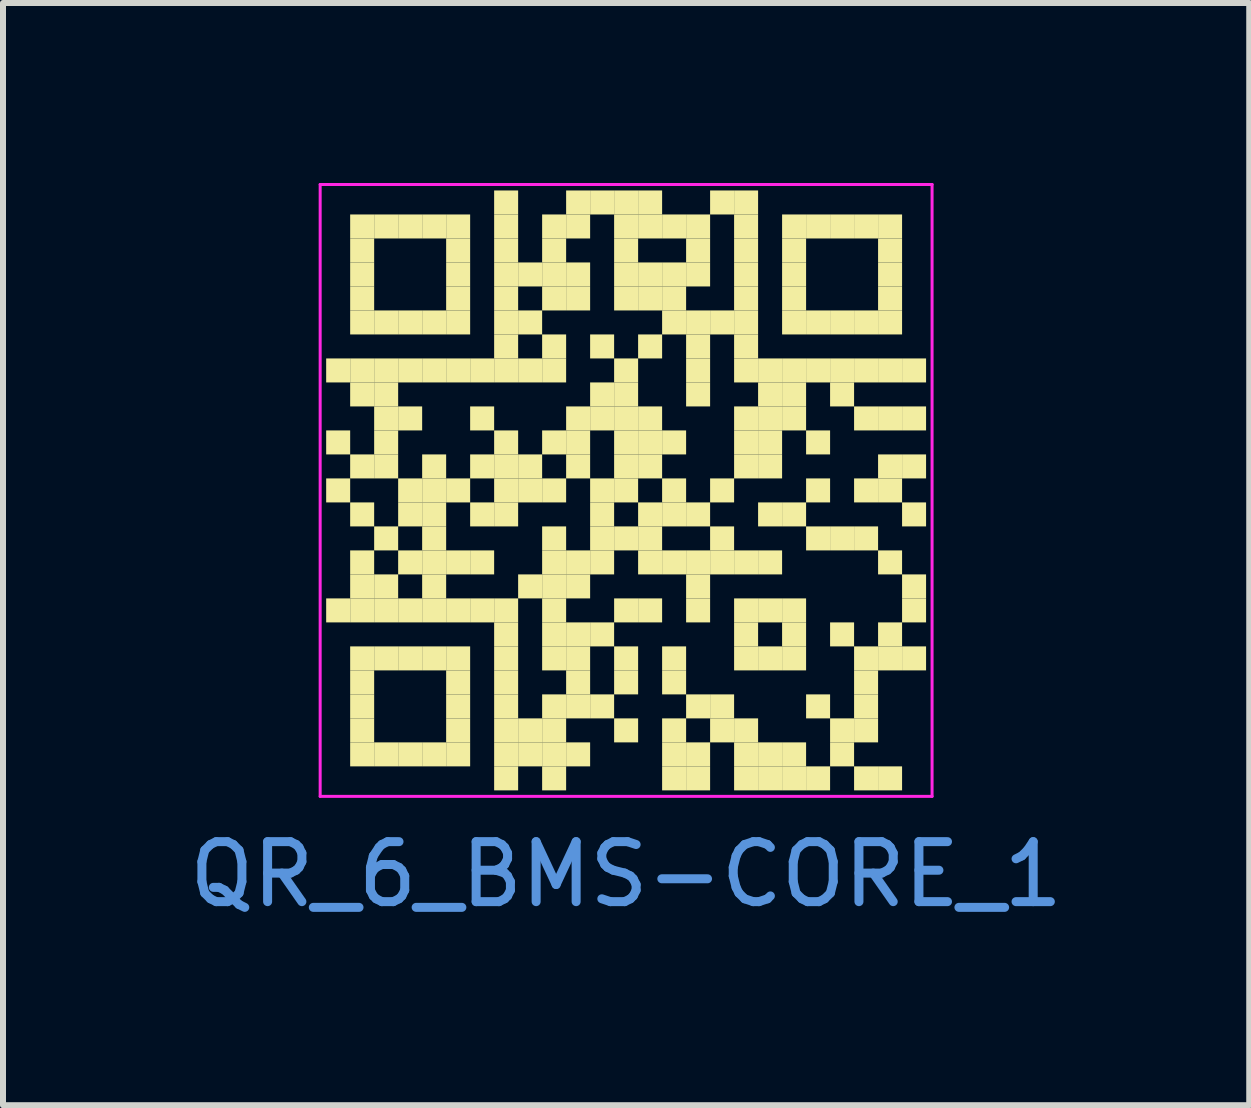
<source format=kicad_pcb>
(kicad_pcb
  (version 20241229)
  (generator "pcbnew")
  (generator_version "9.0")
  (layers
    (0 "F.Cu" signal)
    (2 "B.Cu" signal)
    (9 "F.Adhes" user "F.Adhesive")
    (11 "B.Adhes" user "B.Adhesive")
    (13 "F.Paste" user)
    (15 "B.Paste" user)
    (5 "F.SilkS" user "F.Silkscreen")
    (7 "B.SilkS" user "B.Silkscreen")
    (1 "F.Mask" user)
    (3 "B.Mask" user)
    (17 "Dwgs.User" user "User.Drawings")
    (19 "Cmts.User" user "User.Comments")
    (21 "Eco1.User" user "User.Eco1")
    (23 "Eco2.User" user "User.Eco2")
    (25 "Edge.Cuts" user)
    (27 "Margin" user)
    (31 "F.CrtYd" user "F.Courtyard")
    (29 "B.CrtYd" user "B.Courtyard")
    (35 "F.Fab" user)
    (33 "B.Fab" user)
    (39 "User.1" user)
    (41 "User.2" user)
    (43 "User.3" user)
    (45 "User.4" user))
  (footprint "QR_6_BMS-CORE_1"
    (layer "F.Cu")
    (at 7.387 5.125)
    (property "Reference" "QR_6_BMS-CORE_1" (at 0 6.4 0) (layer "Cmts.User") (effects (font (size 1 1) (thickness 0.15))))
    (fp_rect (start -5 -2.2) (end -4.6 -1.8) (stroke (width 0) (type solid)) (fill yes) (layer "F.SilkS"))
    (fp_rect (start -5 -1) (end -4.6 -0.6) (stroke (width 0) (type solid)) (fill yes) (layer "F.SilkS"))
    (fp_rect (start -5 -0.2) (end -4.6 0.2) (stroke (width 0) (type solid)) (fill yes) (layer "F.SilkS"))
    (fp_rect (start -5 1.8) (end -4.6 2.2) (stroke (width 0) (type solid)) (fill yes) (layer "F.SilkS"))
    (fp_rect (start -4.6 -4.6) (end -4.2 -4.2) (stroke (width 0) (type solid)) (fill yes) (layer "F.SilkS"))
    (fp_rect (start -4.6 -4.2) (end -4.2 -3.8) (stroke (width 0) (type solid)) (fill yes) (layer "F.SilkS"))
    (fp_rect (start -4.6 -3.8) (end -4.2 -3.4) (stroke (width 0) (type solid)) (fill yes) (layer "F.SilkS"))
    (fp_rect (start -4.6 -3.4) (end -4.2 -3) (stroke (width 0) (type solid)) (fill yes) (layer "F.SilkS"))
    (fp_rect (start -4.6 -3) (end -4.2 -2.6) (stroke (width 0) (type solid)) (fill yes) (layer "F.SilkS"))
    (fp_rect (start -4.6 -2.2) (end -4.2 -1.8) (stroke (width 0) (type solid)) (fill yes) (layer "F.SilkS"))
    (fp_rect (start -4.6 -1.8) (end -4.2 -1.4) (stroke (width 0) (type solid)) (fill yes) (layer "F.SilkS"))
    (fp_rect (start -4.6 -0.6) (end -4.2 -0.2) (stroke (width 0) (type solid)) (fill yes) (layer "F.SilkS"))
    (fp_rect (start -4.6 0.2) (end -4.2 0.6) (stroke (width 0) (type solid)) (fill yes) (layer "F.SilkS"))
    (fp_rect (start -4.6 1) (end -4.2 1.4) (stroke (width 0) (type solid)) (fill yes) (layer "F.SilkS"))
    (fp_rect (start -4.6 1.4) (end -4.2 1.8) (stroke (width 0) (type solid)) (fill yes) (layer "F.SilkS"))
    (fp_rect (start -4.6 1.8) (end -4.2 2.2) (stroke (width 0) (type solid)) (fill yes) (layer "F.SilkS"))
    (fp_rect (start -4.6 2.6) (end -4.2 3) (stroke (width 0) (type solid)) (fill yes) (layer "F.SilkS"))
    (fp_rect (start -4.6 3) (end -4.2 3.4) (stroke (width 0) (type solid)) (fill yes) (layer "F.SilkS"))
    (fp_rect (start -4.6 3.4) (end -4.2 3.8) (stroke (width 0) (type solid)) (fill yes) (layer "F.SilkS"))
    (fp_rect (start -4.6 3.8) (end -4.2 4.2) (stroke (width 0) (type solid)) (fill yes) (layer "F.SilkS"))
    (fp_rect (start -4.6 4.2) (end -4.2 4.6) (stroke (width 0) (type solid)) (fill yes) (layer "F.SilkS"))
    (fp_rect (start -4.2 -4.6) (end -3.8 -4.2) (stroke (width 0) (type solid)) (fill yes) (layer "F.SilkS"))
    (fp_rect (start -4.2 -3) (end -3.8 -2.6) (stroke (width 0) (type solid)) (fill yes) (layer "F.SilkS"))
    (fp_rect (start -4.2 -2.2) (end -3.8 -1.8) (stroke (width 0) (type solid)) (fill yes) (layer "F.SilkS"))
    (fp_rect (start -4.2 -1.8) (end -3.8 -1.4) (stroke (width 0) (type solid)) (fill yes) (layer "F.SilkS"))
    (fp_rect (start -4.2 -1.4) (end -3.8 -1) (stroke (width 0) (type solid)) (fill yes) (layer "F.SilkS"))
    (fp_rect (start -4.2 -1) (end -3.8 -0.6) (stroke (width 0) (type solid)) (fill yes) (layer "F.SilkS"))
    (fp_rect (start -4.2 -0.6) (end -3.8 -0.2) (stroke (width 0) (type solid)) (fill yes) (layer "F.SilkS"))
    (fp_rect (start -4.2 0.6) (end -3.8 1) (stroke (width 0) (type solid)) (fill yes) (layer "F.SilkS"))
    (fp_rect (start -4.2 1.4) (end -3.8 1.8) (stroke (width 0) (type solid)) (fill yes) (layer "F.SilkS"))
    (fp_rect (start -4.2 1.8) (end -3.8 2.2) (stroke (width 0) (type solid)) (fill yes) (layer "F.SilkS"))
    (fp_rect (start -4.2 2.6) (end -3.8 3) (stroke (width 0) (type solid)) (fill yes) (layer "F.SilkS"))
    (fp_rect (start -4.2 4.2) (end -3.8 4.6) (stroke (width 0) (type solid)) (fill yes) (layer "F.SilkS"))
    (fp_rect (start -3.8 -4.6) (end -3.4 -4.2) (stroke (width 0) (type solid)) (fill yes) (layer "F.SilkS"))
    (fp_rect (start -3.8 -3) (end -3.4 -2.6) (stroke (width 0) (type solid)) (fill yes) (layer "F.SilkS"))
    (fp_rect (start -3.8 -2.2) (end -3.4 -1.8) (stroke (width 0) (type solid)) (fill yes) (layer "F.SilkS"))
    (fp_rect (start -3.8 -1.4) (end -3.4 -1) (stroke (width 0) (type solid)) (fill yes) (layer "F.SilkS"))
    (fp_rect (start -3.8 -0.2) (end -3.4 0.2) (stroke (width 0) (type solid)) (fill yes) (layer "F.SilkS"))
    (fp_rect (start -3.8 0.2) (end -3.4 0.6) (stroke (width 0) (type solid)) (fill yes) (layer "F.SilkS"))
    (fp_rect (start -3.8 1) (end -3.4 1.4) (stroke (width 0) (type solid)) (fill yes) (layer "F.SilkS"))
    (fp_rect (start -3.8 1.8) (end -3.4 2.2) (stroke (width 0) (type solid)) (fill yes) (layer "F.SilkS"))
    (fp_rect (start -3.8 2.6) (end -3.4 3) (stroke (width 0) (type solid)) (fill yes) (layer "F.SilkS"))
    (fp_rect (start -3.8 4.2) (end -3.4 4.6) (stroke (width 0) (type solid)) (fill yes) (layer "F.SilkS"))
    (fp_rect (start -3.4 -4.6) (end -3 -4.2) (stroke (width 0) (type solid)) (fill yes) (layer "F.SilkS"))
    (fp_rect (start -3.4 -3) (end -3 -2.6) (stroke (width 0) (type solid)) (fill yes) (layer "F.SilkS"))
    (fp_rect (start -3.4 -2.2) (end -3 -1.8) (stroke (width 0) (type solid)) (fill yes) (layer "F.SilkS"))
    (fp_rect (start -3.4 -0.6) (end -3 -0.2) (stroke (width 0) (type solid)) (fill yes) (layer "F.SilkS"))
    (fp_rect (start -3.4 -0.2) (end -3 0.2) (stroke (width 0) (type solid)) (fill yes) (layer "F.SilkS"))
    (fp_rect (start -3.4 0.2) (end -3 0.6) (stroke (width 0) (type solid)) (fill yes) (layer "F.SilkS"))
    (fp_rect (start -3.4 0.6) (end -3 1) (stroke (width 0) (type solid)) (fill yes) (layer "F.SilkS"))
    (fp_rect (start -3.4 1) (end -3 1.4) (stroke (width 0) (type solid)) (fill yes) (layer "F.SilkS"))
    (fp_rect (start -3.4 1.4) (end -3 1.8) (stroke (width 0) (type solid)) (fill yes) (layer "F.SilkS"))
    (fp_rect (start -3.4 1.8) (end -3 2.2) (stroke (width 0) (type solid)) (fill yes) (layer "F.SilkS"))
    (fp_rect (start -3.4 2.6) (end -3 3) (stroke (width 0) (type solid)) (fill yes) (layer "F.SilkS"))
    (fp_rect (start -3.4 4.2) (end -3 4.6) (stroke (width 0) (type solid)) (fill yes) (layer "F.SilkS"))
    (fp_rect (start -3 -4.6) (end -2.6 -4.2) (stroke (width 0) (type solid)) (fill yes) (layer "F.SilkS"))
    (fp_rect (start -3 -4.2) (end -2.6 -3.8) (stroke (width 0) (type solid)) (fill yes) (layer "F.SilkS"))
    (fp_rect (start -3 -3.8) (end -2.6 -3.4) (stroke (width 0) (type solid)) (fill yes) (layer "F.SilkS"))
    (fp_rect (start -3 -3.4) (end -2.6 -3) (stroke (width 0) (type solid)) (fill yes) (layer "F.SilkS"))
    (fp_rect (start -3 -3) (end -2.6 -2.6) (stroke (width 0) (type solid)) (fill yes) (layer "F.SilkS"))
    (fp_rect (start -3 -2.2) (end -2.6 -1.8) (stroke (width 0) (type solid)) (fill yes) (layer "F.SilkS"))
    (fp_rect (start -3 -0.2) (end -2.6 0.2) (stroke (width 0) (type solid)) (fill yes) (layer "F.SilkS"))
    (fp_rect (start -3 1) (end -2.6 1.4) (stroke (width 0) (type solid)) (fill yes) (layer "F.SilkS"))
    (fp_rect (start -3 1.8) (end -2.6 2.2) (stroke (width 0) (type solid)) (fill yes) (layer "F.SilkS"))
    (fp_rect (start -3 2.6) (end -2.6 3) (stroke (width 0) (type solid)) (fill yes) (layer "F.SilkS"))
    (fp_rect (start -3 3) (end -2.6 3.4) (stroke (width 0) (type solid)) (fill yes) (layer "F.SilkS"))
    (fp_rect (start -3 3.4) (end -2.6 3.8) (stroke (width 0) (type solid)) (fill yes) (layer "F.SilkS"))
    (fp_rect (start -3 3.8) (end -2.6 4.2) (stroke (width 0) (type solid)) (fill yes) (layer "F.SilkS"))
    (fp_rect (start -3 4.2) (end -2.6 4.6) (stroke (width 0) (type solid)) (fill yes) (layer "F.SilkS"))
    (fp_rect (start -2.6 -2.2) (end -2.2 -1.8) (stroke (width 0) (type solid)) (fill yes) (layer "F.SilkS"))
    (fp_rect (start -2.6 -1.4) (end -2.2 -1) (stroke (width 0) (type solid)) (fill yes) (layer "F.SilkS"))
    (fp_rect (start -2.6 -0.6) (end -2.2 -0.2) (stroke (width 0) (type solid)) (fill yes) (layer "F.SilkS"))
    (fp_rect (start -2.6 0.2) (end -2.2 0.6) (stroke (width 0) (type solid)) (fill yes) (layer "F.SilkS"))
    (fp_rect (start -2.6 1) (end -2.2 1.4) (stroke (width 0) (type solid)) (fill yes) (layer "F.SilkS"))
    (fp_rect (start -2.6 1.8) (end -2.2 2.2) (stroke (width 0) (type solid)) (fill yes) (layer "F.SilkS"))
    (fp_rect (start -2.2 -5) (end -1.8 -4.6) (stroke (width 0) (type solid)) (fill yes) (layer "F.SilkS"))
    (fp_rect (start -2.2 -4.6) (end -1.8 -4.2) (stroke (width 0) (type solid)) (fill yes) (layer "F.SilkS"))
    (fp_rect (start -2.2 -4.2) (end -1.8 -3.8) (stroke (width 0) (type solid)) (fill yes) (layer "F.SilkS"))
    (fp_rect (start -2.2 -3.8) (end -1.8 -3.4) (stroke (width 0) (type solid)) (fill yes) (layer "F.SilkS"))
    (fp_rect (start -2.2 -3.4) (end -1.8 -3) (stroke (width 0) (type solid)) (fill yes) (layer "F.SilkS"))
    (fp_rect (start -2.2 -3) (end -1.8 -2.6) (stroke (width 0) (type solid)) (fill yes) (layer "F.SilkS"))
    (fp_rect (start -2.2 -2.6) (end -1.8 -2.2) (stroke (width 0) (type solid)) (fill yes) (layer "F.SilkS"))
    (fp_rect (start -2.2 -2.2) (end -1.8 -1.8) (stroke (width 0) (type solid)) (fill yes) (layer "F.SilkS"))
    (fp_rect (start -2.2 -1) (end -1.8 -0.6) (stroke (width 0) (type solid)) (fill yes) (layer "F.SilkS"))
    (fp_rect (start -2.2 -0.6) (end -1.8 -0.2) (stroke (width 0) (type solid)) (fill yes) (layer "F.SilkS"))
    (fp_rect (start -2.2 -0.2) (end -1.8 0.2) (stroke (width 0) (type solid)) (fill yes) (layer "F.SilkS"))
    (fp_rect (start -2.2 0.2) (end -1.8 0.6) (stroke (width 0) (type solid)) (fill yes) (layer "F.SilkS"))
    (fp_rect (start -2.2 1.8) (end -1.8 2.2) (stroke (width 0) (type solid)) (fill yes) (layer "F.SilkS"))
    (fp_rect (start -2.2 2.2) (end -1.8 2.6) (stroke (width 0) (type solid)) (fill yes) (layer "F.SilkS"))
    (fp_rect (start -2.2 2.6) (end -1.8 3) (stroke (width 0) (type solid)) (fill yes) (layer "F.SilkS"))
    (fp_rect (start -2.2 3) (end -1.8 3.4) (stroke (width 0) (type solid)) (fill yes) (layer "F.SilkS"))
    (fp_rect (start -2.2 3.4) (end -1.8 3.8) (stroke (width 0) (type solid)) (fill yes) (layer "F.SilkS"))
    (fp_rect (start -2.2 3.8) (end -1.8 4.2) (stroke (width 0) (type solid)) (fill yes) (layer "F.SilkS"))
    (fp_rect (start -2.2 4.2) (end -1.8 4.6) (stroke (width 0) (type solid)) (fill yes) (layer "F.SilkS"))
    (fp_rect (start -2.2 4.6) (end -1.8 5) (stroke (width 0) (type solid)) (fill yes) (layer "F.SilkS"))
    (fp_rect (start -1.8 -3.8) (end -1.4 -3.4) (stroke (width 0) (type solid)) (fill yes) (layer "F.SilkS"))
    (fp_rect (start -1.8 -3) (end -1.4 -2.6) (stroke (width 0) (type solid)) (fill yes) (layer "F.SilkS"))
    (fp_rect (start -1.8 -2.2) (end -1.4 -1.8) (stroke (width 0) (type solid)) (fill yes) (layer "F.SilkS"))
    (fp_rect (start -1.8 -0.6) (end -1.4 -0.2) (stroke (width 0) (type solid)) (fill yes) (layer "F.SilkS"))
    (fp_rect (start -1.8 -0.2) (end -1.4 0.2) (stroke (width 0) (type solid)) (fill yes) (layer "F.SilkS"))
    (fp_rect (start -1.8 1.4) (end -1.4 1.8) (stroke (width 0) (type solid)) (fill yes) (layer "F.SilkS"))
    (fp_rect (start -1.8 3.8) (end -1.4 4.2) (stroke (width 0) (type solid)) (fill yes) (layer "F.SilkS"))
    (fp_rect (start -1.8 4.2) (end -1.4 4.6) (stroke (width 0) (type solid)) (fill yes) (layer "F.SilkS"))
    (fp_rect (start -1.4 -4.6) (end -1 -4.2) (stroke (width 0) (type solid)) (fill yes) (layer "F.SilkS"))
    (fp_rect (start -1.4 -4.2) (end -1 -3.8) (stroke (width 0) (type solid)) (fill yes) (layer "F.SilkS"))
    (fp_rect (start -1.4 -3.8) (end -1 -3.4) (stroke (width 0) (type solid)) (fill yes) (layer "F.SilkS"))
    (fp_rect (start -1.4 -3.4) (end -1 -3) (stroke (width 0) (type solid)) (fill yes) (layer "F.SilkS"))
    (fp_rect (start -1.4 -2.6) (end -1 -2.2) (stroke (width 0) (type solid)) (fill yes) (layer "F.SilkS"))
    (fp_rect (start -1.4 -2.2) (end -1 -1.8) (stroke (width 0) (type solid)) (fill yes) (layer "F.SilkS"))
    (fp_rect (start -1.4 -1) (end -1 -0.6) (stroke (width 0) (type solid)) (fill yes) (layer "F.SilkS"))
    (fp_rect (start -1.4 -0.2) (end -1 0.2) (stroke (width 0) (type solid)) (fill yes) (layer "F.SilkS"))
    (fp_rect (start -1.4 0.6) (end -1 1) (stroke (width 0) (type solid)) (fill yes) (layer "F.SilkS"))
    (fp_rect (start -1.4 1) (end -1 1.4) (stroke (width 0) (type solid)) (fill yes) (layer "F.SilkS"))
    (fp_rect (start -1.4 1.4) (end -1 1.8) (stroke (width 0) (type solid)) (fill yes) (layer "F.SilkS"))
    (fp_rect (start -1.4 1.8) (end -1 2.2) (stroke (width 0) (type solid)) (fill yes) (layer "F.SilkS"))
    (fp_rect (start -1.4 2.2) (end -1 2.6) (stroke (width 0) (type solid)) (fill yes) (layer "F.SilkS"))
    (fp_rect (start -1.4 2.6) (end -1 3) (stroke (width 0) (type solid)) (fill yes) (layer "F.SilkS"))
    (fp_rect (start -1.4 3.4) (end -1 3.8) (stroke (width 0) (type solid)) (fill yes) (layer "F.SilkS"))
    (fp_rect (start -1.4 3.8) (end -1 4.2) (stroke (width 0) (type solid)) (fill yes) (layer "F.SilkS"))
    (fp_rect (start -1.4 4.2) (end -1 4.6) (stroke (width 0) (type solid)) (fill yes) (layer "F.SilkS"))
    (fp_rect (start -1.4 4.6) (end -1 5) (stroke (width 0) (type solid)) (fill yes) (layer "F.SilkS"))
    (fp_rect (start -1 -5) (end -0.6 -4.6) (stroke (width 0) (type solid)) (fill yes) (layer "F.SilkS"))
    (fp_rect (start -1 -4.6) (end -0.6 -4.2) (stroke (width 0) (type solid)) (fill yes) (layer "F.SilkS"))
    (fp_rect (start -1 -3.8) (end -0.6 -3.4) (stroke (width 0) (type solid)) (fill yes) (layer "F.SilkS"))
    (fp_rect (start -1 -3.4) (end -0.6 -3) (stroke (width 0) (type solid)) (fill yes) (layer "F.SilkS"))
    (fp_rect (start -1 -1.4) (end -0.6 -1) (stroke (width 0) (type solid)) (fill yes) (layer "F.SilkS"))
    (fp_rect (start -1 -1) (end -0.6 -0.6) (stroke (width 0) (type solid)) (fill yes) (layer "F.SilkS"))
    (fp_rect (start -1 -0.6) (end -0.6 -0.2) (stroke (width 0) (type solid)) (fill yes) (layer "F.SilkS"))
    (fp_rect (start -1 1) (end -0.6 1.4) (stroke (width 0) (type solid)) (fill yes) (layer "F.SilkS"))
    (fp_rect (start -1 1.4) (end -0.6 1.8) (stroke (width 0) (type solid)) (fill yes) (layer "F.SilkS"))
    (fp_rect (start -1 2.2) (end -0.6 2.6) (stroke (width 0) (type solid)) (fill yes) (layer "F.SilkS"))
    (fp_rect (start -1 2.6) (end -0.6 3) (stroke (width 0) (type solid)) (fill yes) (layer "F.SilkS"))
    (fp_rect (start -1 3) (end -0.6 3.4) (stroke (width 0) (type solid)) (fill yes) (layer "F.SilkS"))
    (fp_rect (start -1 3.4) (end -0.6 3.8) (stroke (width 0) (type solid)) (fill yes) (layer "F.SilkS"))
    (fp_rect (start -1 4.2) (end -0.6 4.6) (stroke (width 0) (type solid)) (fill yes) (layer "F.SilkS"))
    (fp_rect (start -0.6 -5) (end -0.2 -4.6) (stroke (width 0) (type solid)) (fill yes) (layer "F.SilkS"))
    (fp_rect (start -0.6 -2.6) (end -0.2 -2.2) (stroke (width 0) (type solid)) (fill yes) (layer "F.SilkS"))
    (fp_rect (start -0.6 -1.8) (end -0.2 -1.4) (stroke (width 0) (type solid)) (fill yes) (layer "F.SilkS"))
    (fp_rect (start -0.6 -1.4) (end -0.2 -1) (stroke (width 0) (type solid)) (fill yes) (layer "F.SilkS"))
    (fp_rect (start -0.6 -0.2) (end -0.2 0.2) (stroke (width 0) (type solid)) (fill yes) (layer "F.SilkS"))
    (fp_rect (start -0.6 0.2) (end -0.2 0.6) (stroke (width 0) (type solid)) (fill yes) (layer "F.SilkS"))
    (fp_rect (start -0.6 0.6) (end -0.2 1) (stroke (width 0) (type solid)) (fill yes) (layer "F.SilkS"))
    (fp_rect (start -0.6 1) (end -0.2 1.4) (stroke (width 0) (type solid)) (fill yes) (layer "F.SilkS"))
    (fp_rect (start -0.6 2.2) (end -0.2 2.6) (stroke (width 0) (type solid)) (fill yes) (layer "F.SilkS"))
    (fp_rect (start -0.6 3.4) (end -0.2 3.8) (stroke (width 0) (type solid)) (fill yes) (layer "F.SilkS"))
    (fp_rect (start -0.2 -5) (end 0.2 -4.6) (stroke (width 0) (type solid)) (fill yes) (layer "F.SilkS"))
    (fp_rect (start -0.2 -4.6) (end 0.2 -4.2) (stroke (width 0) (type solid)) (fill yes) (layer "F.SilkS"))
    (fp_rect (start -0.2 -4.2) (end 0.2 -3.8) (stroke (width 0) (type solid)) (fill yes) (layer "F.SilkS"))
    (fp_rect (start -0.2 -3.8) (end 0.2 -3.4) (stroke (width 0) (type solid)) (fill yes) (layer "F.SilkS"))
    (fp_rect (start -0.2 -3.4) (end 0.2 -3) (stroke (width 0) (type solid)) (fill yes) (layer "F.SilkS"))
    (fp_rect (start -0.2 -2.2) (end 0.2 -1.8) (stroke (width 0) (type solid)) (fill yes) (layer "F.SilkS"))
    (fp_rect (start -0.2 -1.8) (end 0.2 -1.4) (stroke (width 0) (type solid)) (fill yes) (layer "F.SilkS"))
    (fp_rect (start -0.2 -1.4) (end 0.2 -1) (stroke (width 0) (type solid)) (fill yes) (layer "F.SilkS"))
    (fp_rect (start -0.2 -1) (end 0.2 -0.6) (stroke (width 0) (type solid)) (fill yes) (layer "F.SilkS"))
    (fp_rect (start -0.2 -0.6) (end 0.2 -0.2) (stroke (width 0) (type solid)) (fill yes) (layer "F.SilkS"))
    (fp_rect (start -0.2 -0.2) (end 0.2 0.2) (stroke (width 0) (type solid)) (fill yes) (layer "F.SilkS"))
    (fp_rect (start -0.2 0.6) (end 0.2 1) (stroke (width 0) (type solid)) (fill yes) (layer "F.SilkS"))
    (fp_rect (start -0.2 1.8) (end 0.2 2.2) (stroke (width 0) (type solid)) (fill yes) (layer "F.SilkS"))
    (fp_rect (start -0.2 2.6) (end 0.2 3) (stroke (width 0) (type solid)) (fill yes) (layer "F.SilkS"))
    (fp_rect (start -0.2 3) (end 0.2 3.4) (stroke (width 0) (type solid)) (fill yes) (layer "F.SilkS"))
    (fp_rect (start -0.2 3.8) (end 0.2 4.2) (stroke (width 0) (type solid)) (fill yes) (layer "F.SilkS"))
    (fp_rect (start 0.2 -5) (end 0.6 -4.6) (stroke (width 0) (type solid)) (fill yes) (layer "F.SilkS"))
    (fp_rect (start 0.2 -4.6) (end 0.6 -4.2) (stroke (width 0) (type solid)) (fill yes) (layer "F.SilkS"))
    (fp_rect (start 0.2 -3.8) (end 0.6 -3.4) (stroke (width 0) (type solid)) (fill yes) (layer "F.SilkS"))
    (fp_rect (start 0.2 -3.4) (end 0.6 -3) (stroke (width 0) (type solid)) (fill yes) (layer "F.SilkS"))
    (fp_rect (start 0.2 -2.6) (end 0.6 -2.2) (stroke (width 0) (type solid)) (fill yes) (layer "F.SilkS"))
    (fp_rect (start 0.2 -1.4) (end 0.6 -1) (stroke (width 0) (type solid)) (fill yes) (layer "F.SilkS"))
    (fp_rect (start 0.2 -1) (end 0.6 -0.6) (stroke (width 0) (type solid)) (fill yes) (layer "F.SilkS"))
    (fp_rect (start 0.2 -0.6) (end 0.6 -0.2) (stroke (width 0) (type solid)) (fill yes) (layer "F.SilkS"))
    (fp_rect (start 0.2 0.2) (end 0.6 0.6) (stroke (width 0) (type solid)) (fill yes) (layer "F.SilkS"))
    (fp_rect (start 0.2 0.6) (end 0.6 1) (stroke (width 0) (type solid)) (fill yes) (layer "F.SilkS"))
    (fp_rect (start 0.2 1) (end 0.6 1.4) (stroke (width 0) (type solid)) (fill yes) (layer "F.SilkS"))
    (fp_rect (start 0.2 1.8) (end 0.6 2.2) (stroke (width 0) (type solid)) (fill yes) (layer "F.SilkS"))
    (fp_rect (start 0.6 -4.6) (end 1 -4.2) (stroke (width 0) (type solid)) (fill yes) (layer "F.SilkS"))
    (fp_rect (start 0.6 -3.8) (end 1 -3.4) (stroke (width 0) (type solid)) (fill yes) (layer "F.SilkS"))
    (fp_rect (start 0.6 -3.4) (end 1 -3) (stroke (width 0) (type solid)) (fill yes) (layer "F.SilkS"))
    (fp_rect (start 0.6 -3) (end 1 -2.6) (stroke (width 0) (type solid)) (fill yes) (layer "F.SilkS"))
    (fp_rect (start 0.6 -1) (end 1 -0.6) (stroke (width 0) (type solid)) (fill yes) (layer "F.SilkS"))
    (fp_rect (start 0.6 -0.2) (end 1 0.2) (stroke (width 0) (type solid)) (fill yes) (layer "F.SilkS"))
    (fp_rect (start 0.6 0.2) (end 1 0.6) (stroke (width 0) (type solid)) (fill yes) (layer "F.SilkS"))
    (fp_rect (start 0.6 1) (end 1 1.4) (stroke (width 0) (type solid)) (fill yes) (layer "F.SilkS"))
    (fp_rect (start 0.6 2.6) (end 1 3) (stroke (width 0) (type solid)) (fill yes) (layer "F.SilkS"))
    (fp_rect (start 0.6 3) (end 1 3.4) (stroke (width 0) (type solid)) (fill yes) (layer "F.SilkS"))
    (fp_rect (start 0.6 3.8) (end 1 4.2) (stroke (width 0) (type solid)) (fill yes) (layer "F.SilkS"))
    (fp_rect (start 0.6 4.2) (end 1 4.6) (stroke (width 0) (type solid)) (fill yes) (layer "F.SilkS"))
    (fp_rect (start 0.6 4.6) (end 1 5) (stroke (width 0) (type solid)) (fill yes) (layer "F.SilkS"))
    (fp_rect (start 1 -4.6) (end 1.4 -4.2) (stroke (width 0) (type solid)) (fill yes) (layer "F.SilkS"))
    (fp_rect (start 1 -4.2) (end 1.4 -3.8) (stroke (width 0) (type solid)) (fill yes) (layer "F.SilkS"))
    (fp_rect (start 1 -3.8) (end 1.4 -3.4) (stroke (width 0) (type solid)) (fill yes) (layer "F.SilkS"))
    (fp_rect (start 1 -3) (end 1.4 -2.6) (stroke (width 0) (type solid)) (fill yes) (layer "F.SilkS"))
    (fp_rect (start 1 -2.6) (end 1.4 -2.2) (stroke (width 0) (type solid)) (fill yes) (layer "F.SilkS"))
    (fp_rect (start 1 -2.2) (end 1.4 -1.8) (stroke (width 0) (type solid)) (fill yes) (layer "F.SilkS"))
    (fp_rect (start 1 -1.8) (end 1.4 -1.4) (stroke (width 0) (type solid)) (fill yes) (layer "F.SilkS"))
    (fp_rect (start 1 0.2) (end 1.4 0.6) (stroke (width 0) (type solid)) (fill yes) (layer "F.SilkS"))
    (fp_rect (start 1 1) (end 1.4 1.4) (stroke (width 0) (type solid)) (fill yes) (layer "F.SilkS"))
    (fp_rect (start 1 1.4) (end 1.4 1.8) (stroke (width 0) (type solid)) (fill yes) (layer "F.SilkS"))
    (fp_rect (start 1 1.8) (end 1.4 2.2) (stroke (width 0) (type solid)) (fill yes) (layer "F.SilkS"))
    (fp_rect (start 1 3.4) (end 1.4 3.8) (stroke (width 0) (type solid)) (fill yes) (layer "F.SilkS"))
    (fp_rect (start 1 4.2) (end 1.4 4.6) (stroke (width 0) (type solid)) (fill yes) (layer "F.SilkS"))
    (fp_rect (start 1 4.6) (end 1.4 5) (stroke (width 0) (type solid)) (fill yes) (layer "F.SilkS"))
    (fp_rect (start 1.4 -5) (end 1.8 -4.6) (stroke (width 0) (type solid)) (fill yes) (layer "F.SilkS"))
    (fp_rect (start 1.4 -3) (end 1.8 -2.6) (stroke (width 0) (type solid)) (fill yes) (layer "F.SilkS"))
    (fp_rect (start 1.4 -0.2) (end 1.8 0.2) (stroke (width 0) (type solid)) (fill yes) (layer "F.SilkS"))
    (fp_rect (start 1.4 0.6) (end 1.8 1) (stroke (width 0) (type solid)) (fill yes) (layer "F.SilkS"))
    (fp_rect (start 1.4 1) (end 1.8 1.4) (stroke (width 0) (type solid)) (fill yes) (layer "F.SilkS"))
    (fp_rect (start 1.4 3.4) (end 1.8 3.8) (stroke (width 0) (type solid)) (fill yes) (layer "F.SilkS"))
    (fp_rect (start 1.4 3.8) (end 1.8 4.2) (stroke (width 0) (type solid)) (fill yes) (layer "F.SilkS"))
    (fp_rect (start 1.8 -5) (end 2.2 -4.6) (stroke (width 0) (type solid)) (fill yes) (layer "F.SilkS"))
    (fp_rect (start 1.8 -4.6) (end 2.2 -4.2) (stroke (width 0) (type solid)) (fill yes) (layer "F.SilkS"))
    (fp_rect (start 1.8 -4.2) (end 2.2 -3.8) (stroke (width 0) (type solid)) (fill yes) (layer "F.SilkS"))
    (fp_rect (start 1.8 -3.8) (end 2.2 -3.4) (stroke (width 0) (type solid)) (fill yes) (layer "F.SilkS"))
    (fp_rect (start 1.8 -3.4) (end 2.2 -3) (stroke (width 0) (type solid)) (fill yes) (layer "F.SilkS"))
    (fp_rect (start 1.8 -3) (end 2.2 -2.6) (stroke (width 0) (type solid)) (fill yes) (layer "F.SilkS"))
    (fp_rect (start 1.8 -2.6) (end 2.2 -2.2) (stroke (width 0) (type solid)) (fill yes) (layer "F.SilkS"))
    (fp_rect (start 1.8 -2.2) (end 2.2 -1.8) (stroke (width 0) (type solid)) (fill yes) (layer "F.SilkS"))
    (fp_rect (start 1.8 -1.4) (end 2.2 -1) (stroke (width 0) (type solid)) (fill yes) (layer "F.SilkS"))
    (fp_rect (start 1.8 -1) (end 2.2 -0.6) (stroke (width 0) (type solid)) (fill yes) (layer "F.SilkS"))
    (fp_rect (start 1.8 -0.6) (end 2.2 -0.2) (stroke (width 0) (type solid)) (fill yes) (layer "F.SilkS"))
    (fp_rect (start 1.8 1) (end 2.2 1.4) (stroke (width 0) (type solid)) (fill yes) (layer "F.SilkS"))
    (fp_rect (start 1.8 1.8) (end 2.2 2.2) (stroke (width 0) (type solid)) (fill yes) (layer "F.SilkS"))
    (fp_rect (start 1.8 2.2) (end 2.2 2.6) (stroke (width 0) (type solid)) (fill yes) (layer "F.SilkS"))
    (fp_rect (start 1.8 2.6) (end 2.2 3) (stroke (width 0) (type solid)) (fill yes) (layer "F.SilkS"))
    (fp_rect (start 1.8 3.8) (end 2.2 4.2) (stroke (width 0) (type solid)) (fill yes) (layer "F.SilkS"))
    (fp_rect (start 1.8 4.2) (end 2.2 4.6) (stroke (width 0) (type solid)) (fill yes) (layer "F.SilkS"))
    (fp_rect (start 1.8 4.6) (end 2.2 5) (stroke (width 0) (type solid)) (fill yes) (layer "F.SilkS"))
    (fp_rect (start 2.2 -2.2) (end 2.6 -1.8) (stroke (width 0) (type solid)) (fill yes) (layer "F.SilkS"))
    (fp_rect (start 2.2 -1.8) (end 2.6 -1.4) (stroke (width 0) (type solid)) (fill yes) (layer "F.SilkS"))
    (fp_rect (start 2.2 -1.4) (end 2.6 -1) (stroke (width 0) (type solid)) (fill yes) (layer "F.SilkS"))
    (fp_rect (start 2.2 -1) (end 2.6 -0.6) (stroke (width 0) (type solid)) (fill yes) (layer "F.SilkS"))
    (fp_rect (start 2.2 -0.6) (end 2.6 -0.2) (stroke (width 0) (type solid)) (fill yes) (layer "F.SilkS"))
    (fp_rect (start 2.2 0.2) (end 2.6 0.6) (stroke (width 0) (type solid)) (fill yes) (layer "F.SilkS"))
    (fp_rect (start 2.2 1) (end 2.6 1.4) (stroke (width 0) (type solid)) (fill yes) (layer "F.SilkS"))
    (fp_rect (start 2.2 1.8) (end 2.6 2.2) (stroke (width 0) (type solid)) (fill yes) (layer "F.SilkS"))
    (fp_rect (start 2.2 2.6) (end 2.6 3) (stroke (width 0) (type solid)) (fill yes) (layer "F.SilkS"))
    (fp_rect (start 2.2 4.2) (end 2.6 4.6) (stroke (width 0) (type solid)) (fill yes) (layer "F.SilkS"))
    (fp_rect (start 2.2 4.6) (end 2.6 5) (stroke (width 0) (type solid)) (fill yes) (layer "F.SilkS"))
    (fp_rect (start 2.6 -4.6) (end 3 -4.2) (stroke (width 0) (type solid)) (fill yes) (layer "F.SilkS"))
    (fp_rect (start 2.6 -4.2) (end 3 -3.8) (stroke (width 0) (type solid)) (fill yes) (layer "F.SilkS"))
    (fp_rect (start 2.6 -3.8) (end 3 -3.4) (stroke (width 0) (type solid)) (fill yes) (layer "F.SilkS"))
    (fp_rect (start 2.6 -3.4) (end 3 -3) (stroke (width 0) (type solid)) (fill yes) (layer "F.SilkS"))
    (fp_rect (start 2.6 -3) (end 3 -2.6) (stroke (width 0) (type solid)) (fill yes) (layer "F.SilkS"))
    (fp_rect (start 2.6 -2.2) (end 3 -1.8) (stroke (width 0) (type solid)) (fill yes) (layer "F.SilkS"))
    (fp_rect (start 2.6 -1.8) (end 3 -1.4) (stroke (width 0) (type solid)) (fill yes) (layer "F.SilkS"))
    (fp_rect (start 2.6 -1.4) (end 3 -1) (stroke (width 0) (type solid)) (fill yes) (layer "F.SilkS"))
    (fp_rect (start 2.6 0.2) (end 3 0.6) (stroke (width 0) (type solid)) (fill yes) (layer "F.SilkS"))
    (fp_rect (start 2.6 1.8) (end 3 2.2) (stroke (width 0) (type solid)) (fill yes) (layer "F.SilkS"))
    (fp_rect (start 2.6 2.2) (end 3 2.6) (stroke (width 0) (type solid)) (fill yes) (layer "F.SilkS"))
    (fp_rect (start 2.6 2.6) (end 3 3) (stroke (width 0) (type solid)) (fill yes) (layer "F.SilkS"))
    (fp_rect (start 2.6 4.2) (end 3 4.6) (stroke (width 0) (type solid)) (fill yes) (layer "F.SilkS"))
    (fp_rect (start 2.6 4.6) (end 3 5) (stroke (width 0) (type solid)) (fill yes) (layer "F.SilkS"))
    (fp_rect (start 3 -4.6) (end 3.4 -4.2) (stroke (width 0) (type solid)) (fill yes) (layer "F.SilkS"))
    (fp_rect (start 3 -3) (end 3.4 -2.6) (stroke (width 0) (type solid)) (fill yes) (layer "F.SilkS"))
    (fp_rect (start 3 -2.2) (end 3.4 -1.8) (stroke (width 0) (type solid)) (fill yes) (layer "F.SilkS"))
    (fp_rect (start 3 -1) (end 3.4 -0.6) (stroke (width 0) (type solid)) (fill yes) (layer "F.SilkS"))
    (fp_rect (start 3 -0.2) (end 3.4 0.2) (stroke (width 0) (type solid)) (fill yes) (layer "F.SilkS"))
    (fp_rect (start 3 0.6) (end 3.4 1) (stroke (width 0) (type solid)) (fill yes) (layer "F.SilkS"))
    (fp_rect (start 3 3.4) (end 3.4 3.8) (stroke (width 0) (type solid)) (fill yes) (layer "F.SilkS"))
    (fp_rect (start 3 4.6) (end 3.4 5) (stroke (width 0) (type solid)) (fill yes) (layer "F.SilkS"))
    (fp_rect (start 3.4 -4.6) (end 3.8 -4.2) (stroke (width 0) (type solid)) (fill yes) (layer "F.SilkS"))
    (fp_rect (start 3.4 -3) (end 3.8 -2.6) (stroke (width 0) (type solid)) (fill yes) (layer "F.SilkS"))
    (fp_rect (start 3.4 -2.2) (end 3.8 -1.8) (stroke (width 0) (type solid)) (fill yes) (layer "F.SilkS"))
    (fp_rect (start 3.4 -1.8) (end 3.8 -1.4) (stroke (width 0) (type solid)) (fill yes) (layer "F.SilkS"))
    (fp_rect (start 3.4 0.6) (end 3.8 1) (stroke (width 0) (type solid)) (fill yes) (layer "F.SilkS"))
    (fp_rect (start 3.4 2.2) (end 3.8 2.6) (stroke (width 0) (type solid)) (fill yes) (layer "F.SilkS"))
    (fp_rect (start 3.4 3.8) (end 3.8 4.2) (stroke (width 0) (type solid)) (fill yes) (layer "F.SilkS"))
    (fp_rect (start 3.4 4.2) (end 3.8 4.6) (stroke (width 0) (type solid)) (fill yes) (layer "F.SilkS"))
    (fp_rect (start 3.8 -4.6) (end 4.2 -4.2) (stroke (width 0) (type solid)) (fill yes) (layer "F.SilkS"))
    (fp_rect (start 3.8 -3) (end 4.2 -2.6) (stroke (width 0) (type solid)) (fill yes) (layer "F.SilkS"))
    (fp_rect (start 3.8 -2.2) (end 4.2 -1.8) (stroke (width 0) (type solid)) (fill yes) (layer "F.SilkS"))
    (fp_rect (start 3.8 -1.4) (end 4.2 -1) (stroke (width 0) (type solid)) (fill yes) (layer "F.SilkS"))
    (fp_rect (start 3.8 -0.2) (end 4.2 0.2) (stroke (width 0) (type solid)) (fill yes) (layer "F.SilkS"))
    (fp_rect (start 3.8 0.6) (end 4.2 1) (stroke (width 0) (type solid)) (fill yes) (layer "F.SilkS"))
    (fp_rect (start 3.8 2.6) (end 4.2 3) (stroke (width 0) (type solid)) (fill yes) (layer "F.SilkS"))
    (fp_rect (start 3.8 3) (end 4.2 3.4) (stroke (width 0) (type solid)) (fill yes) (layer "F.SilkS"))
    (fp_rect (start 3.8 3.4) (end 4.2 3.8) (stroke (width 0) (type solid)) (fill yes) (layer "F.SilkS"))
    (fp_rect (start 3.8 3.8) (end 4.2 4.2) (stroke (width 0) (type solid)) (fill yes) (layer "F.SilkS"))
    (fp_rect (start 3.8 4.6) (end 4.2 5) (stroke (width 0) (type solid)) (fill yes) (layer "F.SilkS"))
    (fp_rect (start 4.2 -4.6) (end 4.6 -4.2) (stroke (width 0) (type solid)) (fill yes) (layer "F.SilkS"))
    (fp_rect (start 4.2 -4.2) (end 4.6 -3.8) (stroke (width 0) (type solid)) (fill yes) (layer "F.SilkS"))
    (fp_rect (start 4.2 -3.8) (end 4.6 -3.4) (stroke (width 0) (type solid)) (fill yes) (layer "F.SilkS"))
    (fp_rect (start 4.2 -3.4) (end 4.6 -3) (stroke (width 0) (type solid)) (fill yes) (layer "F.SilkS"))
    (fp_rect (start 4.2 -3) (end 4.6 -2.6) (stroke (width 0) (type solid)) (fill yes) (layer "F.SilkS"))
    (fp_rect (start 4.2 -2.2) (end 4.6 -1.8) (stroke (width 0) (type solid)) (fill yes) (layer "F.SilkS"))
    (fp_rect (start 4.2 -1.4) (end 4.6 -1) (stroke (width 0) (type solid)) (fill yes) (layer "F.SilkS"))
    (fp_rect (start 4.2 -0.6) (end 4.6 -0.2) (stroke (width 0) (type solid)) (fill yes) (layer "F.SilkS"))
    (fp_rect (start 4.2 -0.2) (end 4.6 0.2) (stroke (width 0) (type solid)) (fill yes) (layer "F.SilkS"))
    (fp_rect (start 4.2 1) (end 4.6 1.4) (stroke (width 0) (type solid)) (fill yes) (layer "F.SilkS"))
    (fp_rect (start 4.2 2.2) (end 4.6 2.6) (stroke (width 0) (type solid)) (fill yes) (layer "F.SilkS"))
    (fp_rect (start 4.2 2.6) (end 4.6 3) (stroke (width 0) (type solid)) (fill yes) (layer "F.SilkS"))
    (fp_rect (start 4.2 4.6) (end 4.6 5) (stroke (width 0) (type solid)) (fill yes) (layer "F.SilkS"))
    (fp_rect (start 4.6 -2.2) (end 5 -1.8) (stroke (width 0) (type solid)) (fill yes) (layer "F.SilkS"))
    (fp_rect (start 4.6 -1.4) (end 5 -1) (stroke (width 0) (type solid)) (fill yes) (layer "F.SilkS"))
    (fp_rect (start 4.6 -0.6) (end 5 -0.2) (stroke (width 0) (type solid)) (fill yes) (layer "F.SilkS"))
    (fp_rect (start 4.6 0.2) (end 5 0.6) (stroke (width 0) (type solid)) (fill yes) (layer "F.SilkS"))
    (fp_rect (start 4.6 1.4) (end 5 1.8) (stroke (width 0) (type solid)) (fill yes) (layer "F.SilkS"))
    (fp_rect (start 4.6 1.8) (end 5 2.2) (stroke (width 0) (type solid)) (fill yes) (layer "F.SilkS"))
    (fp_rect (start 4.6 2.6) (end 5 3) (stroke (width 0) (type solid)) (fill yes) (layer "F.SilkS"))
    (fp_line (start -5.1 -5.1) (end 5.1 -5.1) (stroke (width 0.05) (type solid)) (layer "F.CrtYd"))
    (fp_line (start -5.1 5.1) (end -5.1 -5.1) (stroke (width 0.05) (type solid)) (layer "F.CrtYd"))
    (fp_line (start 5.1 -5.1) (end 5.1 5.1) (stroke (width 0.05) (type solid)) (layer "F.CrtYd"))
    (fp_line (start 5.1 5.1) (end -5.1 5.1) (stroke (width 0.05) (type solid)) (layer "F.CrtYd")))
  (gr_rect
    (start -3 -3)
    (end 17.774 15.373)
    (stroke (width 0.1) (type default))
    (fill no)
    (layer "Edge.Cuts")))
</source>
